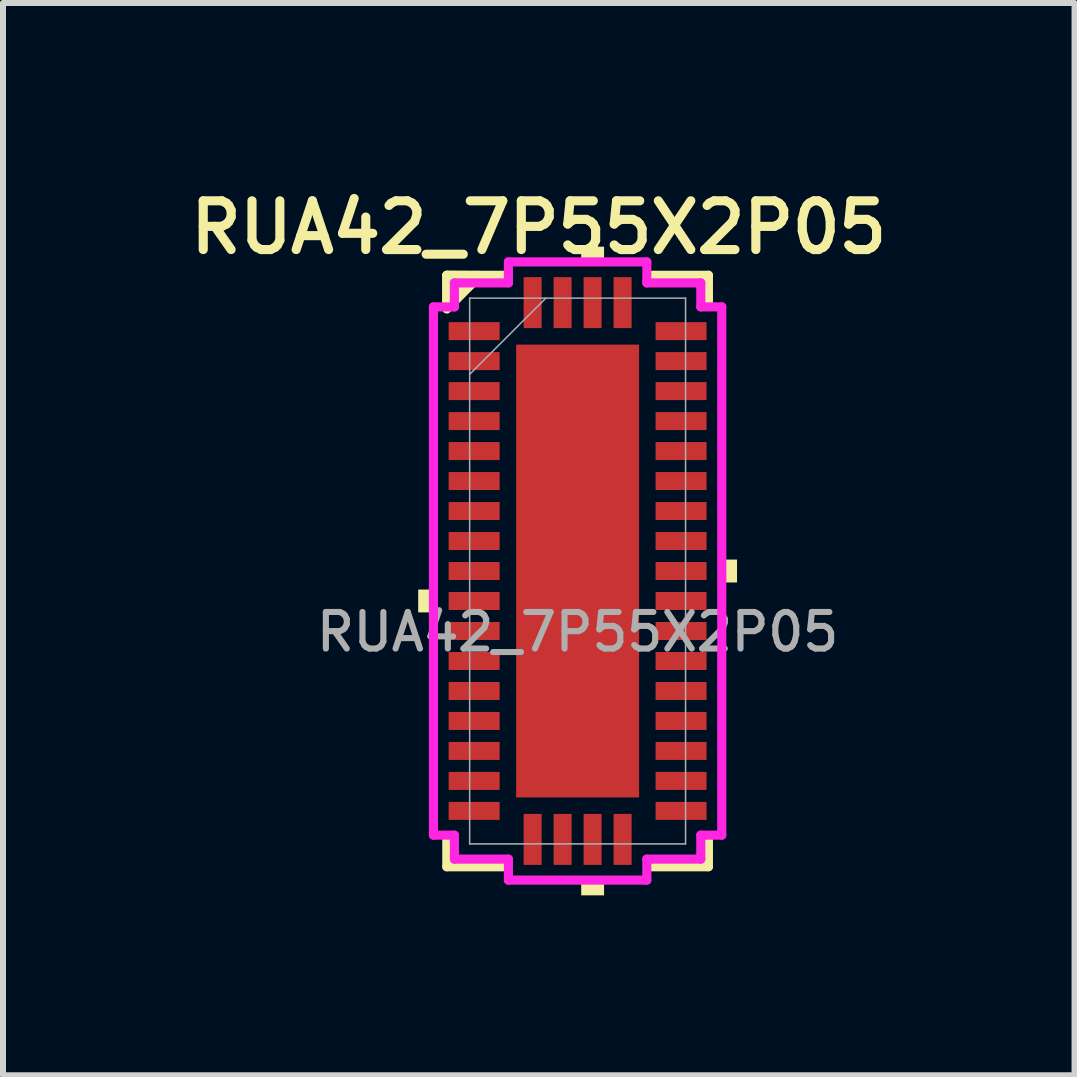
<source format=kicad_pcb>
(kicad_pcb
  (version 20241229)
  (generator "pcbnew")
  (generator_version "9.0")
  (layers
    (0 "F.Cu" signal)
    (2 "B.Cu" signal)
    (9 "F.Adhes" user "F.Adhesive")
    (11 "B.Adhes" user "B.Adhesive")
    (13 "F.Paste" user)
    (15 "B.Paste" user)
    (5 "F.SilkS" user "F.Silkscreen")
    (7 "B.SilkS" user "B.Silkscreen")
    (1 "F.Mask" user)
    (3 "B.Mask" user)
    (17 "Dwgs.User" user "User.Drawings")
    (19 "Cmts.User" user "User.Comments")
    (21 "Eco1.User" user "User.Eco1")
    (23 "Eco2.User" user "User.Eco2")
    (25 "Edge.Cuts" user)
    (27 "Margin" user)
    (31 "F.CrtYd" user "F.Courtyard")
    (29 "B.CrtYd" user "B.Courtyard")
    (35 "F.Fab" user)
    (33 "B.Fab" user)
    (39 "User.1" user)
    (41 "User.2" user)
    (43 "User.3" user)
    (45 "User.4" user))
  (footprint "RUA42_7P55X2P05"
    (layer "F.Cu")
    (at 6.581 6.471)
    (property "Reference" "RUA42_7P55X2P05" (at -0.648 -5.728 0) (unlocked yes) (layer "F.SilkS") (effects (font (size 0.813 0.813) (thickness 0.152) (bold yes))))
    (attr smd)
    (fp_poly (pts (xy -1.089 -3.838) (xy -0.594 -3.838) (xy -0.594 3.838) (xy -1.089 3.838)) (stroke (width 0) (type solid)) (fill yes) (layer "F.Mask"))
    (fp_poly (pts (xy -1.089 -3.838) (xy 1.089 -3.838) (xy 1.089 -3.35) (xy -1.089 -3.35)) (stroke (width 0) (type solid)) (fill yes) (layer "F.Mask"))
    (fp_poly (pts (xy -1.089 -2.95) (xy 1.089 -2.95) (xy 1.089 -2.562) (xy -1.089 -2.562)) (stroke (width 0) (type solid)) (fill yes) (layer "F.Mask"))
    (fp_poly (pts (xy -1.089 -2.162) (xy 1.089 -2.162) (xy 1.089 -1.775) (xy -1.089 -1.775)) (stroke (width 0) (type solid)) (fill yes) (layer "F.Mask"))
    (fp_poly (pts (xy -1.089 -1.375) (xy 1.089 -1.375) (xy 1.089 -0.987) (xy -1.089 -0.987)) (stroke (width 0) (type solid)) (fill yes) (layer "F.Mask"))
    (fp_poly (pts (xy -1.089 -0.587) (xy 1.089 -0.587) (xy 1.089 -0.2) (xy -1.089 -0.2)) (stroke (width 0) (type solid)) (fill yes) (layer "F.Mask"))
    (fp_poly (pts (xy -1.089 0.2) (xy 1.089 0.2) (xy 1.089 0.587) (xy -1.089 0.587)) (stroke (width 0) (type solid)) (fill yes) (layer "F.Mask"))
    (fp_poly (pts (xy -1.089 0.987) (xy 1.089 0.987) (xy 1.089 1.375) (xy -1.089 1.375)) (stroke (width 0) (type solid)) (fill yes) (layer "F.Mask"))
    (fp_poly (pts (xy -1.089 1.775) (xy 1.089 1.775) (xy 1.089 2.162) (xy -1.089 2.162)) (stroke (width 0) (type solid)) (fill yes) (layer "F.Mask"))
    (fp_poly (pts (xy -1.089 2.562) (xy 1.089 2.562) (xy 1.089 2.95) (xy -1.089 2.95)) (stroke (width 0) (type solid)) (fill yes) (layer "F.Mask"))
    (fp_poly (pts (xy -1.089 3.35) (xy 1.089 3.35) (xy 1.089 3.838) (xy -1.089 3.838)) (stroke (width 0) (type solid)) (fill yes) (layer "F.Mask"))
    (fp_poly (pts (xy 0.194 -3.838) (xy -0.194 -3.838) (xy -0.194 3.838) (xy 0.194 3.838)) (stroke (width 0) (type solid)) (fill yes) (layer "F.Mask"))
    (fp_poly (pts (xy 0.594 -3.838) (xy 1.089 -3.838) (xy 1.089 3.838) (xy 0.594 3.838)) (stroke (width 0) (type solid)) (fill yes) (layer "F.Mask"))
    (fp_line (start -2.181 -4.931) (end -2.181 -4.481) (stroke (width 0.152) (type solid)) (layer "F.SilkS"))
    (fp_line (start -2.181 4.481) (end -2.181 4.931) (stroke (width 0.152) (type solid)) (layer "F.SilkS"))
    (fp_line (start -2.181 4.931) (end -1.231 4.931) (stroke (width 0.152) (type solid)) (layer "F.SilkS"))
    (fp_line (start -1.231 -4.931) (end -2.181 -4.931) (stroke (width 0.152) (type solid)) (layer "F.SilkS"))
    (fp_line (start 1.231 4.931) (end 2.181 4.931) (stroke (width 0.152) (type solid)) (layer "F.SilkS"))
    (fp_line (start 2.181 -4.931) (end 1.231 -4.931) (stroke (width 0.152) (type solid)) (layer "F.SilkS"))
    (fp_line (start 2.181 -4.481) (end 2.181 -4.931) (stroke (width 0.152) (type solid)) (layer "F.SilkS"))
    (fp_line (start 2.181 4.931) (end 2.181 4.481) (stroke (width 0.152) (type solid)) (layer "F.SilkS"))
    (fp_poly (pts (xy -2.181 -4.931) (xy -2.181 -4.369) (xy -1.626 -4.928)) (stroke (width 0.152) (type solid)) (fill yes) (layer "F.SilkS"))
    (fp_poly (pts (xy -2.658 0.309) (xy -2.658 0.69) (xy -2.404 0.69) (xy -2.404 0.309)) (stroke (width 0) (type solid)) (fill yes) (layer "F.SilkS"))
    (fp_poly (pts (xy 0.06 -5.154) (xy 0.06 -5.408) (xy 0.441 -5.408) (xy 0.441 -5.154)) (stroke (width 0) (type solid)) (fill yes) (layer "F.SilkS"))
    (fp_poly (pts (xy 0.06 5.154) (xy 0.06 5.408) (xy 0.441 5.408) (xy 0.441 5.154)) (stroke (width 0) (type solid)) (fill yes) (layer "F.SilkS"))
    (fp_poly (pts (xy 2.658 -0.191) (xy 2.658 0.191) (xy 2.404 0.191) (xy 2.404 -0.191)) (stroke (width 0) (type solid)) (fill yes) (layer "F.SilkS"))
    (fp_poly (pts (xy -0.95 -3.7) (xy -0.95 -3.25) (xy -0.635 -3.25) (xy -0.494 -3.391) (xy -0.494 -3.7)) (stroke (width 0) (type solid)) (fill yes) (layer "F.Paste"))
    (fp_poly (pts (xy -0.95 3.25) (xy -0.95 3.7) (xy -0.494 3.7) (xy -0.494 3.391) (xy -0.635 3.25)) (stroke (width 0) (type solid)) (fill yes) (layer "F.Paste"))
    (fp_poly (pts (xy 0.494 -3.7) (xy 0.494 -3.391) (xy 0.635 -3.25) (xy 0.95 -3.25) (xy 0.95 -3.7)) (stroke (width 0) (type solid)) (fill yes) (layer "F.Paste"))
    (fp_poly (pts (xy 0.635 3.25) (xy 0.494 3.391) (xy 0.494 3.7) (xy 0.95 3.7) (xy 0.95 3.25)) (stroke (width 0) (type solid)) (fill yes) (layer "F.Paste"))
    (fp_poly (pts (xy -0.95 -3.05) (xy -0.95 -2.462) (xy -0.635 -2.462) (xy -0.494 -2.604) (xy -0.494 -2.908) (xy -0.635 -3.05)) (stroke (width 0) (type solid)) (fill yes) (layer "F.Paste"))
    (fp_poly (pts (xy -0.95 -2.262) (xy -0.95 -1.675) (xy -0.635 -1.675) (xy -0.494 -1.816) (xy -0.494 -2.121) (xy -0.635 -2.262)) (stroke (width 0) (type solid)) (fill yes) (layer "F.Paste"))
    (fp_poly (pts (xy -0.95 -1.475) (xy -0.95 -0.887) (xy -0.635 -0.887) (xy -0.494 -1.029) (xy -0.494 -1.333) (xy -0.635 -1.475)) (stroke (width 0) (type solid)) (fill yes) (layer "F.Paste"))
    (fp_poly (pts (xy -0.95 -0.687) (xy -0.95 -0.1) (xy -0.635 -0.1) (xy -0.494 -0.241) (xy -0.494 -0.546) (xy -0.635 -0.687)) (stroke (width 0) (type solid)) (fill yes) (layer "F.Paste"))
    (fp_poly (pts (xy -0.95 0.1) (xy -0.95 0.687) (xy -0.635 0.687) (xy -0.494 0.546) (xy -0.494 0.241) (xy -0.635 0.1)) (stroke (width 0) (type solid)) (fill yes) (layer "F.Paste"))
    (fp_poly (pts (xy -0.95 0.887) (xy -0.95 1.475) (xy -0.635 1.475) (xy -0.494 1.333) (xy -0.494 1.029) (xy -0.635 0.887)) (stroke (width 0) (type solid)) (fill yes) (layer "F.Paste"))
    (fp_poly (pts (xy -0.95 1.675) (xy -0.95 2.262) (xy -0.635 2.262) (xy -0.494 2.121) (xy -0.494 1.816) (xy -0.635 1.675)) (stroke (width 0) (type solid)) (fill yes) (layer "F.Paste"))
    (fp_poly (pts (xy -0.95 2.462) (xy -0.95 3.05) (xy -0.635 3.05) (xy -0.494 2.908) (xy -0.494 2.604) (xy -0.635 2.462)) (stroke (width 0) (type solid)) (fill yes) (layer "F.Paste"))
    (fp_poly (pts (xy -0.294 -3.7) (xy -0.294 -3.391) (xy -0.152 -3.25) (xy 0.152 -3.25) (xy 0.294 -3.391) (xy 0.294 -3.7)) (stroke (width 0) (type solid)) (fill yes) (layer "F.Paste"))
    (fp_poly (pts (xy -0.152 3.25) (xy -0.294 3.391) (xy -0.294 3.7) (xy 0.294 3.7) (xy 0.294 3.391) (xy 0.152 3.25)) (stroke (width 0) (type solid)) (fill yes) (layer "F.Paste"))
    (fp_poly (pts (xy 0.635 -3.05) (xy 0.494 -2.908) (xy 0.494 -2.604) (xy 0.635 -2.462) (xy 0.95 -2.462) (xy 0.95 -3.05)) (stroke (width 0) (type solid)) (fill yes) (layer "F.Paste"))
    (fp_poly (pts (xy 0.635 -2.262) (xy 0.494 -2.121) (xy 0.494 -1.816) (xy 0.635 -1.675) (xy 0.95 -1.675) (xy 0.95 -2.262)) (stroke (width 0) (type solid)) (fill yes) (layer "F.Paste"))
    (fp_poly (pts (xy 0.635 -1.475) (xy 0.494 -1.333) (xy 0.494 -1.029) (xy 0.635 -0.887) (xy 0.95 -0.887) (xy 0.95 -1.475)) (stroke (width 0) (type solid)) (fill yes) (layer "F.Paste"))
    (fp_poly (pts (xy 0.635 -0.687) (xy 0.494 -0.546) (xy 0.494 -0.241) (xy 0.635 -0.1) (xy 0.95 -0.1) (xy 0.95 -0.687)) (stroke (width 0) (type solid)) (fill yes) (layer "F.Paste"))
    (fp_poly (pts (xy 0.635 0.1) (xy 0.494 0.241) (xy 0.494 0.546) (xy 0.635 0.687) (xy 0.95 0.687) (xy 0.95 0.1)) (stroke (width 0) (type solid)) (fill yes) (layer "F.Paste"))
    (fp_poly (pts (xy 0.635 0.887) (xy 0.494 1.029) (xy 0.494 1.333) (xy 0.635 1.475) (xy 0.95 1.475) (xy 0.95 0.887)) (stroke (width 0) (type solid)) (fill yes) (layer "F.Paste"))
    (fp_poly (pts (xy 0.635 1.675) (xy 0.494 1.816) (xy 0.494 2.121) (xy 0.635 2.262) (xy 0.95 2.262) (xy 0.95 1.675)) (stroke (width 0) (type solid)) (fill yes) (layer "F.Paste"))
    (fp_poly (pts (xy 0.635 2.462) (xy 0.494 2.604) (xy 0.494 2.908) (xy 0.635 3.05) (xy 0.95 3.05) (xy 0.95 2.462)) (stroke (width 0) (type solid)) (fill yes) (layer "F.Paste"))
    (fp_poly (pts (xy -0.152 -3.05) (xy -0.294 -2.908) (xy -0.294 -2.604) (xy -0.152 -2.462) (xy 0.152 -2.462) (xy 0.294 -2.604) (xy 0.294 -2.908) (xy 0.152 -3.05)) (stroke (width 0) (type solid)) (fill yes) (layer "F.Paste"))
    (fp_poly (pts (xy -0.152 -2.262) (xy -0.294 -2.121) (xy -0.294 -1.816) (xy -0.152 -1.675) (xy 0.152 -1.675) (xy 0.294 -1.816) (xy 0.294 -2.121) (xy 0.152 -2.262)) (stroke (width 0) (type solid)) (fill yes) (layer "F.Paste"))
    (fp_poly (pts (xy -0.152 -1.475) (xy -0.294 -1.333) (xy -0.294 -1.029) (xy -0.152 -0.887) (xy 0.152 -0.887) (xy 0.294 -1.029) (xy 0.294 -1.333) (xy 0.152 -1.475)) (stroke (width 0) (type solid)) (fill yes) (layer "F.Paste"))
    (fp_poly (pts (xy -0.152 -0.687) (xy -0.294 -0.546) (xy -0.294 -0.241) (xy -0.152 -0.1) (xy 0.152 -0.1) (xy 0.294 -0.241) (xy 0.294 -0.546) (xy 0.152 -0.687)) (stroke (width 0) (type solid)) (fill yes) (layer "F.Paste"))
    (fp_poly (pts (xy -0.152 0.1) (xy -0.294 0.241) (xy -0.294 0.546) (xy -0.152 0.687) (xy 0.152 0.687) (xy 0.294 0.546) (xy 0.294 0.241) (xy 0.152 0.1)) (stroke (width 0) (type solid)) (fill yes) (layer "F.Paste"))
    (fp_poly (pts (xy -0.152 0.887) (xy -0.294 1.029) (xy -0.294 1.333) (xy -0.152 1.475) (xy 0.152 1.475) (xy 0.294 1.333) (xy 0.294 1.029) (xy 0.152 0.887)) (stroke (width 0) (type solid)) (fill yes) (layer "F.Paste"))
    (fp_poly (pts (xy -0.152 1.675) (xy -0.294 1.816) (xy -0.294 2.121) (xy -0.152 2.262) (xy 0.152 2.262) (xy 0.294 2.121) (xy 0.294 1.816) (xy 0.152 1.675)) (stroke (width 0) (type solid)) (fill yes) (layer "F.Paste"))
    (fp_poly (pts (xy -0.152 2.462) (xy -0.294 2.604) (xy -0.294 2.908) (xy -0.152 3.05) (xy 0.152 3.05) (xy 0.294 2.908) (xy 0.294 2.604) (xy 0.152 2.462)) (stroke (width 0) (type solid)) (fill yes) (layer "F.Paste"))
    (fp_line (start -2.404 -4.404) (end -2.054 -4.404) (stroke (width 0.152) (type solid)) (layer "F.CrtYd"))
    (fp_line (start -2.404 4.404) (end -2.404 -4.404) (stroke (width 0.152) (type solid)) (layer "F.CrtYd"))
    (fp_line (start -2.054 -4.804) (end -1.154 -4.804) (stroke (width 0.152) (type solid)) (layer "F.CrtYd"))
    (fp_line (start -2.054 -4.404) (end -2.054 -4.804) (stroke (width 0.152) (type solid)) (layer "F.CrtYd"))
    (fp_line (start -2.054 4.404) (end -2.404 4.404) (stroke (width 0.152) (type solid)) (layer "F.CrtYd"))
    (fp_line (start -2.054 4.804) (end -2.054 4.404) (stroke (width 0.152) (type solid)) (layer "F.CrtYd"))
    (fp_line (start -1.154 -5.154) (end 1.154 -5.154) (stroke (width 0.152) (type solid)) (layer "F.CrtYd"))
    (fp_line (start -1.154 -4.804) (end -1.154 -5.154) (stroke (width 0.152) (type solid)) (layer "F.CrtYd"))
    (fp_line (start -1.154 4.804) (end -2.054 4.804) (stroke (width 0.152) (type solid)) (layer "F.CrtYd"))
    (fp_line (start -1.154 5.154) (end -1.154 4.804) (stroke (width 0.152) (type solid)) (layer "F.CrtYd"))
    (fp_line (start 1.154 -5.154) (end 1.154 -4.804) (stroke (width 0.152) (type solid)) (layer "F.CrtYd"))
    (fp_line (start 1.154 -4.804) (end 2.054 -4.804) (stroke (width 0.152) (type solid)) (layer "F.CrtYd"))
    (fp_line (start 1.154 4.804) (end 1.154 5.154) (stroke (width 0.152) (type solid)) (layer "F.CrtYd"))
    (fp_line (start 1.154 5.154) (end -1.154 5.154) (stroke (width 0.152) (type solid)) (layer "F.CrtYd"))
    (fp_line (start 2.054 -4.804) (end 2.054 -4.404) (stroke (width 0.152) (type solid)) (layer "F.CrtYd"))
    (fp_line (start 2.054 -4.404) (end 2.404 -4.404) (stroke (width 0.152) (type solid)) (layer "F.CrtYd"))
    (fp_line (start 2.054 4.404) (end 2.054 4.804) (stroke (width 0.152) (type solid)) (layer "F.CrtYd"))
    (fp_line (start 2.054 4.804) (end 1.154 4.804) (stroke (width 0.152) (type solid)) (layer "F.CrtYd"))
    (fp_line (start 2.404 -4.404) (end 2.404 4.404) (stroke (width 0.152) (type solid)) (layer "F.CrtYd"))
    (fp_line (start 2.404 4.404) (end 2.054 4.404) (stroke (width 0.152) (type solid)) (layer "F.CrtYd"))
    (fp_line (start -1.8 -4.55) (end -1.8 4.55) (stroke (width 0.025) (type solid)) (layer "F.Fab"))
    (fp_line (start -1.8 -3.28) (end -0.53 -4.55) (stroke (width 0.025) (type solid)) (layer "F.Fab"))
    (fp_line (start -1.8 4.55) (end 1.8 4.55) (stroke (width 0.025) (type solid)) (layer "F.Fab"))
    (fp_line (start 1.8 -4.55) (end -1.8 -4.55) (stroke (width 0.025) (type solid)) (layer "F.Fab"))
    (fp_line (start 1.8 4.55) (end 1.8 -4.55) (stroke (width 0.025) (type solid)) (layer "F.Fab"))
    (fp_text user "${REFERENCE}" (at 0 1.016 0) (unlocked yes) (layer "F.Fab") (effects (font (size 0.61 0.61) (thickness 0.102) (bold yes))))
    (pad "1" smd rect (at -1.725 -4 90) (size 0.3 0.85) (layers "F.Cu" "F.Mask" "F.Paste"))
    (pad "2" smd rect (at -1.725 -3.5 90) (size 0.3 0.85) (layers "F.Cu" "F.Mask" "F.Paste"))
    (pad "3" smd rect (at -1.725 -3 90) (size 0.3 0.85) (layers "F.Cu" "F.Mask" "F.Paste"))
    (pad "4" smd rect (at -1.725 -2.5 90) (size 0.3 0.85) (layers "F.Cu" "F.Mask" "F.Paste"))
    (pad "5" smd rect (at -1.725 -2 90) (size 0.3 0.85) (layers "F.Cu" "F.Mask" "F.Paste"))
    (pad "6" smd rect (at -1.725 -1.5 90) (size 0.3 0.85) (layers "F.Cu" "F.Mask" "F.Paste"))
    (pad "7" smd rect (at -1.725 -1 90) (size 0.3 0.85) (layers "F.Cu" "F.Mask" "F.Paste"))
    (pad "8" smd rect (at -1.725 -0.5 90) (size 0.3 0.85) (layers "F.Cu" "F.Mask" "F.Paste"))
    (pad "9" smd rect (at -1.725 0 90) (size 0.3 0.85) (layers "F.Cu" "F.Mask" "F.Paste"))
    (pad "10" smd rect (at -1.725 0.5 90) (size 0.3 0.85) (layers "F.Cu" "F.Mask" "F.Paste"))
    (pad "11" smd rect (at -1.725 1 90) (size 0.3 0.85) (layers "F.Cu" "F.Mask" "F.Paste"))
    (pad "12" smd rect (at -1.725 1.5 90) (size 0.3 0.85) (layers "F.Cu" "F.Mask" "F.Paste"))
    (pad "13" smd rect (at -1.725 2 90) (size 0.3 0.85) (layers "F.Cu" "F.Mask" "F.Paste"))
    (pad "14" smd rect (at -1.725 2.5 90) (size 0.3 0.85) (layers "F.Cu" "F.Mask" "F.Paste"))
    (pad "15" smd rect (at -1.725 3 90) (size 0.3 0.85) (layers "F.Cu" "F.Mask" "F.Paste"))
    (pad "16" smd rect (at -1.725 3.5 90) (size 0.3 0.85) (layers "F.Cu" "F.Mask" "F.Paste"))
    (pad "17" smd rect (at -1.725 4 90) (size 0.3 0.85) (layers "F.Cu" "F.Mask" "F.Paste"))
    (pad "18" smd rect (at -0.75 4.475) (size 0.3 0.85) (layers "F.Cu" "F.Mask" "F.Paste"))
    (pad "19" smd rect (at -0.25 4.475) (size 0.3 0.85) (layers "F.Cu" "F.Mask" "F.Paste"))
    (pad "20" smd rect (at 0.25 4.475) (size 0.3 0.85) (layers "F.Cu" "F.Mask" "F.Paste"))
    (pad "21" smd rect (at 0.75 4.475) (size 0.3 0.85) (layers "F.Cu" "F.Mask" "F.Paste"))
    (pad "22" smd rect (at 1.725 4 90) (size 0.3 0.85) (layers "F.Cu" "F.Mask" "F.Paste"))
    (pad "23" smd rect (at 1.725 3.5 90) (size 0.3 0.85) (layers "F.Cu" "F.Mask" "F.Paste"))
    (pad "24" smd rect (at 1.725 3 90) (size 0.3 0.85) (layers "F.Cu" "F.Mask" "F.Paste"))
    (pad "25" smd rect (at 1.725 2.5 90) (size 0.3 0.85) (layers "F.Cu" "F.Mask" "F.Paste"))
    (pad "26" smd rect (at 1.725 2 90) (size 0.3 0.85) (layers "F.Cu" "F.Mask" "F.Paste"))
    (pad "27" smd rect (at 1.725 1.5 90) (size 0.3 0.85) (layers "F.Cu" "F.Mask" "F.Paste"))
    (pad "28" smd rect (at 1.725 1 90) (size 0.3 0.85) (layers "F.Cu" "F.Mask" "F.Paste"))
    (pad "29" smd rect (at 1.725 0.5 90) (size 0.3 0.85) (layers "F.Cu" "F.Mask" "F.Paste"))
    (pad "30" smd rect (at 1.725 0 90) (size 0.3 0.85) (layers "F.Cu" "F.Mask" "F.Paste"))
    (pad "31" smd rect (at 1.725 -0.5 90) (size 0.3 0.85) (layers "F.Cu" "F.Mask" "F.Paste"))
    (pad "32" smd rect (at 1.725 -1 90) (size 0.3 0.85) (layers "F.Cu" "F.Mask" "F.Paste"))
    (pad "33" smd rect (at 1.725 -1.5 90) (size 0.3 0.85) (layers "F.Cu" "F.Mask" "F.Paste"))
    (pad "34" smd rect (at 1.725 -2 90) (size 0.3 0.85) (layers "F.Cu" "F.Mask" "F.Paste"))
    (pad "35" smd rect (at 1.725 -2.5 90) (size 0.3 0.85) (layers "F.Cu" "F.Mask" "F.Paste"))
    (pad "36" smd rect (at 1.725 -3 90) (size 0.3 0.85) (layers "F.Cu" "F.Mask" "F.Paste"))
    (pad "37" smd rect (at 1.725 -3.5 90) (size 0.3 0.85) (layers "F.Cu" "F.Mask" "F.Paste"))
    (pad "38" smd rect (at 1.725 -4 90) (size 0.3 0.85) (layers "F.Cu" "F.Mask" "F.Paste"))
    (pad "39" smd rect (at 0.75 -4.475) (size 0.3 0.85) (layers "F.Cu" "F.Mask" "F.Paste"))
    (pad "40" smd rect (at 0.25 -4.475) (size 0.3 0.85) (layers "F.Cu" "F.Mask" "F.Paste"))
    (pad "41" smd rect (at -0.25 -4.475) (size 0.3 0.85) (layers "F.Cu" "F.Mask" "F.Paste"))
    (pad "42" smd rect (at -0.75 -4.475) (size 0.3 0.85) (layers "F.Cu" "F.Mask" "F.Paste"))
    (pad "43" smd rect (at 0 0) (size 2.05 7.55) (layers "F.Cu")))
  (gr_rect
    (start -3 -3)
    (end 14.867 14.879)
    (stroke (width 0.1) (type default))
    (fill no)
    (layer "Edge.Cuts")))
</source>
